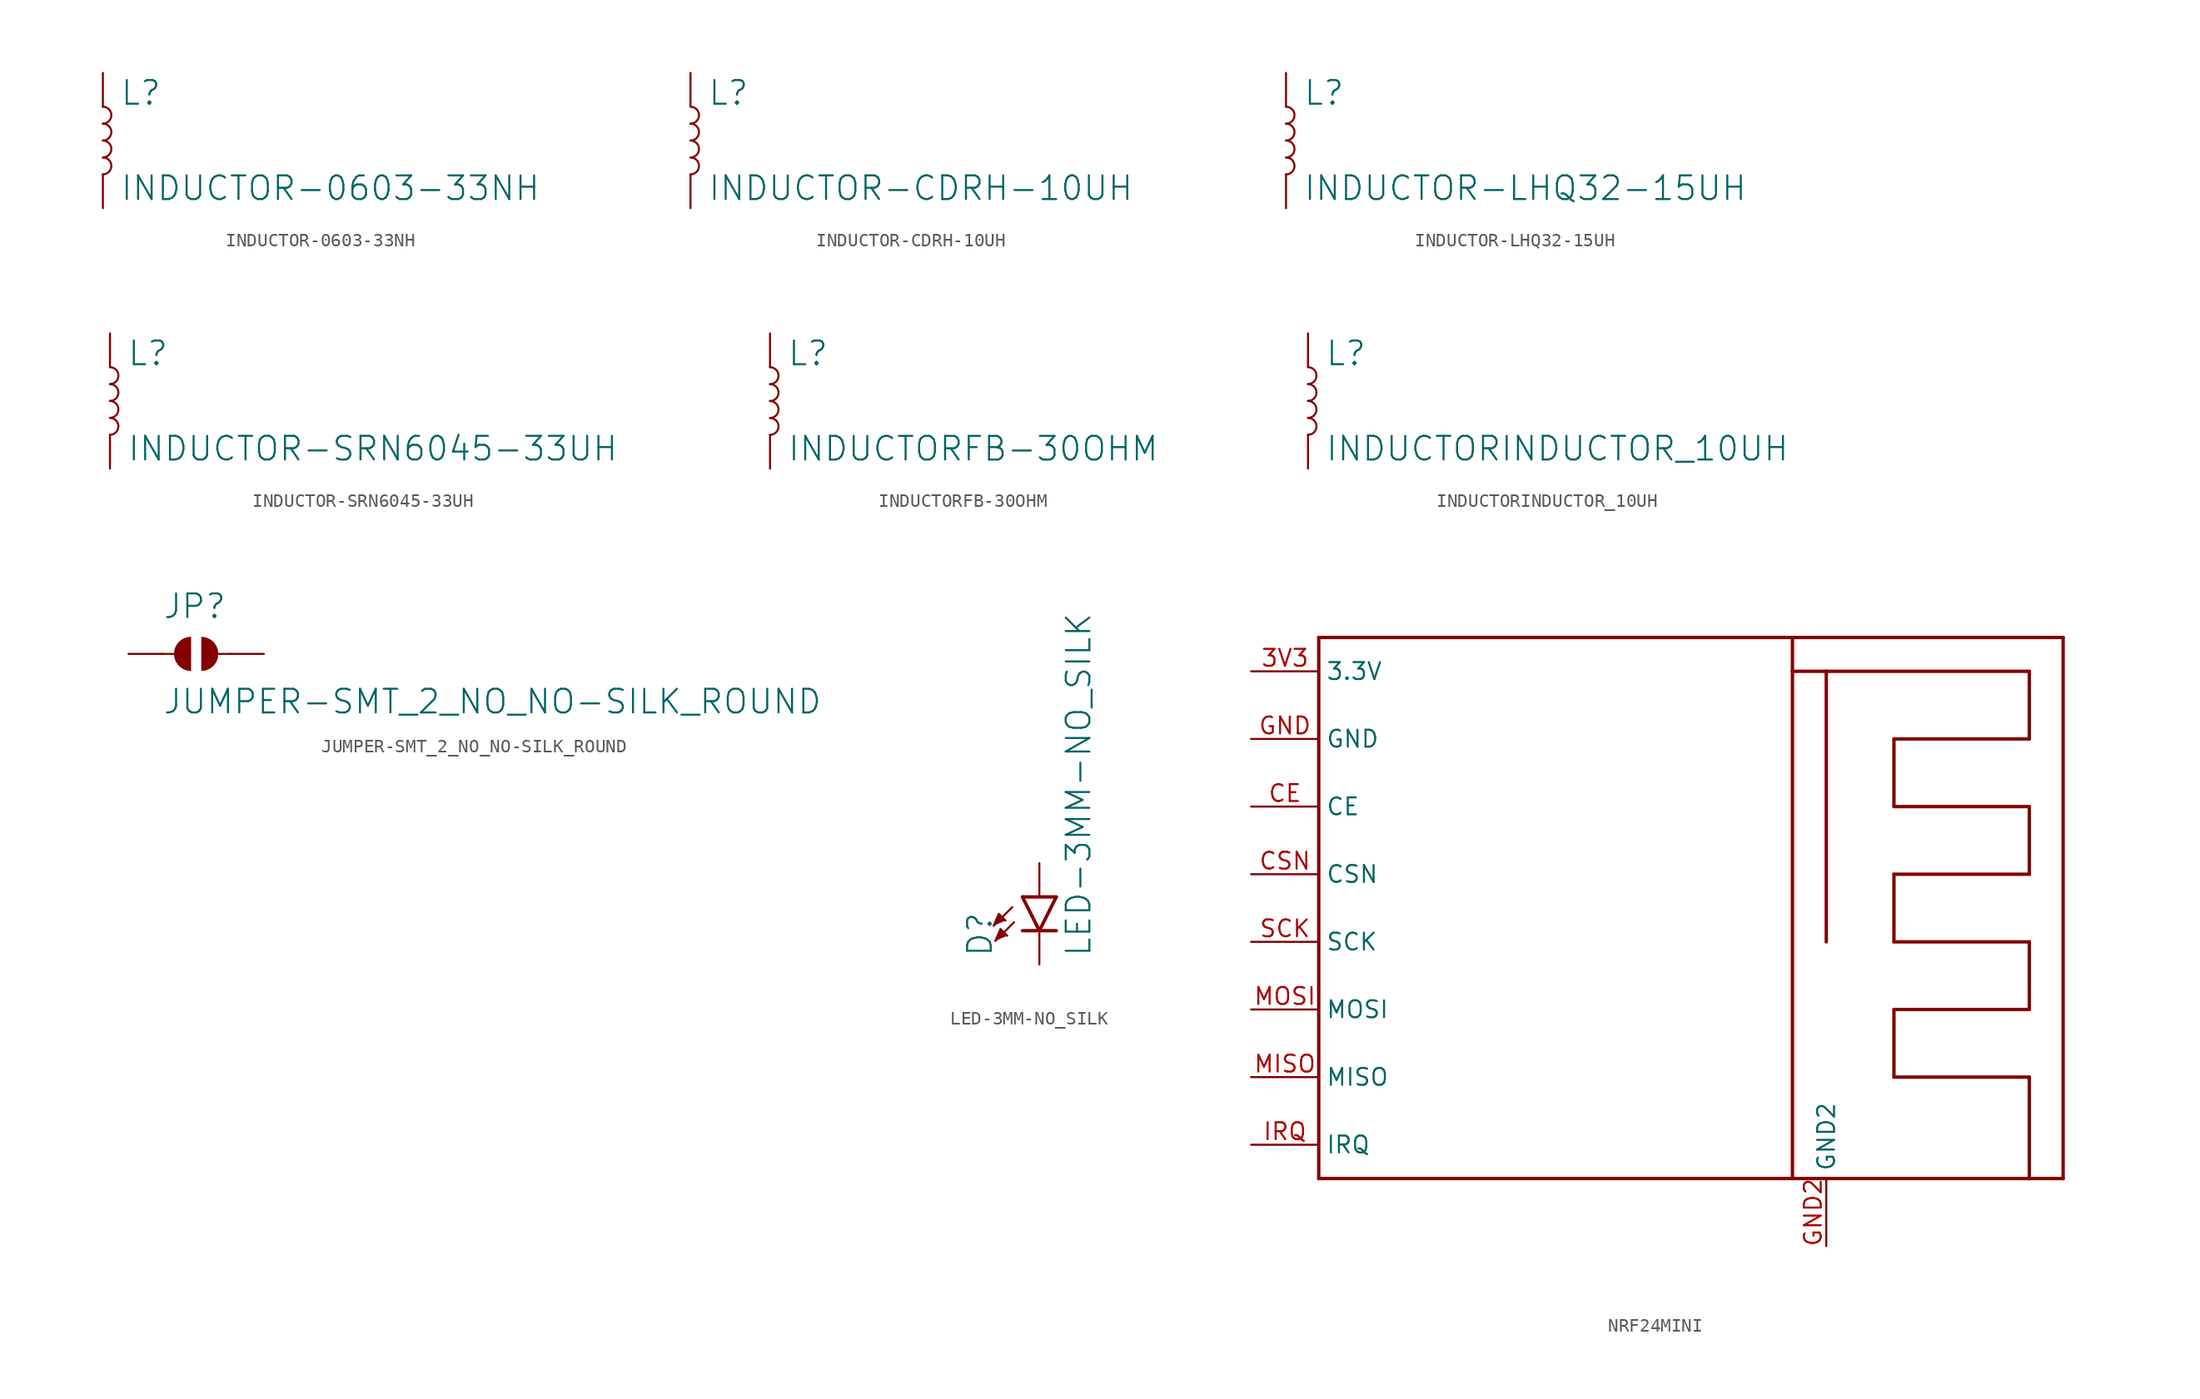
<source format=kicad_sym>
(kicad_symbol_lib
  (version 20211014)
  (generator kicad_symbol_editor)
  (symbol "INDUCTOR-0603-33NH"
    (property "Reference" "L"
      (at 1.27 2.54 0)
      (effects (font (size 1.778 1.778)) (justify left bottom)))
    (property "Value" "INDUCTOR-0603-33NH"
      (at 1.27 -2.54 0)
      (effects (font (size 1.778 1.778)) (justify left top)))
    (property "ki_locked" ""
      (at 0 0 0)
      (effects (font (size 1.27 1.27))))
    (symbol "INDUCTOR-0603-33NH_1_0"
      (arc (start 0 -2.54) (mid 0.635 -1.905) (end 0 -1.27) (stroke (width 0.1524) (type default) (color 0 0 0 0)) (fill (type none)))
      (arc (start 0 -1.27) (mid 0.635 -0.635) (end 0 0) (stroke (width 0.1524) (type default) (color 0 0 0 0)) (fill (type none)))
      (arc (start 0 0) (mid 0.635 0.635) (end 0 1.27) (stroke (width 0.1524) (type default) (color 0 0 0 0)) (fill (type none)))
      (arc (start 0 1.27) (mid 0.635 1.905) (end 0 2.54) (stroke (width 0.1524) (type default) (color 0 0 0 0)) (fill (type none)))
      (pin passive line (at 0 5.08 270) (length 2.54) (name "1" (effects (font (size 0 0)))) (number "1" (effects (font (size 0 0)))))
      (pin passive line (at 0 -5.08 90) (length 2.54) (name "2" (effects (font (size 0 0)))) (number "2" (effects (font (size 0 0)))))))
  (symbol "INDUCTOR-CDRH-10UH"
    (property "Reference" "L"
      (at 1.27 2.54 0)
      (effects (font (size 1.778 1.778)) (justify left bottom)))
    (property "Value" "INDUCTOR-CDRH-10UH"
      (at 1.27 -2.54 0)
      (effects (font (size 1.778 1.778)) (justify left top)))
    (property "ki_locked" ""
      (at 0 0 0)
      (effects (font (size 1.27 1.27))))
    (symbol "INDUCTOR-CDRH-10UH_1_0"
      (arc (start 0 -2.54) (mid 0.635 -1.905) (end 0 -1.27) (stroke (width 0.1524) (type default) (color 0 0 0 0)) (fill (type none)))
      (arc (start 0 -1.27) (mid 0.635 -0.635) (end 0 0) (stroke (width 0.1524) (type default) (color 0 0 0 0)) (fill (type none)))
      (arc (start 0 0) (mid 0.635 0.635) (end 0 1.27) (stroke (width 0.1524) (type default) (color 0 0 0 0)) (fill (type none)))
      (arc (start 0 1.27) (mid 0.635 1.905) (end 0 2.54) (stroke (width 0.1524) (type default) (color 0 0 0 0)) (fill (type none)))
      (pin passive line (at 0 5.08 270) (length 2.54) (name "1" (effects (font (size 0 0)))) (number "P$1" (effects (font (size 0 0)))))
      (pin passive line (at 0 -5.08 90) (length 2.54) (name "2" (effects (font (size 0 0)))) (number "P$2" (effects (font (size 0 0)))))))
  (symbol "INDUCTOR-LHQ32-15UH"
    (property "Reference" "L"
      (at 1.27 2.54 0)
      (effects (font (size 1.778 1.778)) (justify left bottom)))
    (property "Value" "INDUCTOR-LHQ32-15UH"
      (at 1.27 -2.54 0)
      (effects (font (size 1.778 1.778)) (justify left top)))
    (property "ki_locked" ""
      (at 0 0 0)
      (effects (font (size 1.27 1.27))))
    (symbol "INDUCTOR-LHQ32-15UH_1_0"
      (arc (start 0 -2.54) (mid 0.635 -1.905) (end 0 -1.27) (stroke (width 0.1524) (type default) (color 0 0 0 0)) (fill (type none)))
      (arc (start 0 -1.27) (mid 0.635 -0.635) (end 0 0) (stroke (width 0.1524) (type default) (color 0 0 0 0)) (fill (type none)))
      (arc (start 0 0) (mid 0.635 0.635) (end 0 1.27) (stroke (width 0.1524) (type default) (color 0 0 0 0)) (fill (type none)))
      (arc (start 0 1.27) (mid 0.635 1.905) (end 0 2.54) (stroke (width 0.1524) (type default) (color 0 0 0 0)) (fill (type none)))
      (pin passive line (at 0 5.08 270) (length 2.54) (name "1" (effects (font (size 0 0)))) (number "P$1" (effects (font (size 0 0)))))
      (pin passive line (at 0 -5.08 90) (length 2.54) (name "2" (effects (font (size 0 0)))) (number "P$2" (effects (font (size 0 0)))))))
  (symbol "INDUCTOR-SRN6045-33UH"
    (property "Reference" "L"
      (at 1.27 2.54 0)
      (effects (font (size 1.778 1.778)) (justify left bottom)))
    (property "Value" "INDUCTOR-SRN6045-33UH"
      (at 1.27 -2.54 0)
      (effects (font (size 1.778 1.778)) (justify left top)))
    (property "ki_locked" ""
      (at 0 0 0)
      (effects (font (size 1.27 1.27))))
    (symbol "INDUCTOR-SRN6045-33UH_1_0"
      (arc (start 0 -2.54) (mid 0.635 -1.905) (end 0 -1.27) (stroke (width 0.1524) (type default) (color 0 0 0 0)) (fill (type none)))
      (arc (start 0 -1.27) (mid 0.635 -0.635) (end 0 0) (stroke (width 0.1524) (type default) (color 0 0 0 0)) (fill (type none)))
      (arc (start 0 0) (mid 0.635 0.635) (end 0 1.27) (stroke (width 0.1524) (type default) (color 0 0 0 0)) (fill (type none)))
      (arc (start 0 1.27) (mid 0.635 1.905) (end 0 2.54) (stroke (width 0.1524) (type default) (color 0 0 0 0)) (fill (type none)))
      (pin passive line (at 0 5.08 270) (length 2.54) (name "1" (effects (font (size 0 0)))) (number "1" (effects (font (size 0 0)))))
      (pin passive line (at 0 -5.08 90) (length 2.54) (name "2" (effects (font (size 0 0)))) (number "2" (effects (font (size 0 0)))))))
  (symbol "INDUCTORFB-30OHM"
    (property "Reference" "L"
      (at 1.27 2.54 0)
      (effects (font (size 1.778 1.778)) (justify left bottom)))
    (property "Value" "INDUCTORFB-30OHM"
      (at 1.27 -2.54 0)
      (effects (font (size 1.778 1.778)) (justify left top)))
    (property "ki_locked" ""
      (at 0 0 0)
      (effects (font (size 1.27 1.27))))
    (symbol "INDUCTORFB-30OHM_1_0"
      (arc (start 0 -2.54) (mid 0.635 -1.905) (end 0 -1.27) (stroke (width 0.1524) (type default) (color 0 0 0 0)) (fill (type none)))
      (arc (start 0 -1.27) (mid 0.635 -0.635) (end 0 0) (stroke (width 0.1524) (type default) (color 0 0 0 0)) (fill (type none)))
      (arc (start 0 0) (mid 0.635 0.635) (end 0 1.27) (stroke (width 0.1524) (type default) (color 0 0 0 0)) (fill (type none)))
      (arc (start 0 1.27) (mid 0.635 1.905) (end 0 2.54) (stroke (width 0.1524) (type default) (color 0 0 0 0)) (fill (type none)))
      (pin passive line (at 0 5.08 270) (length 2.54) (name "1" (effects (font (size 0 0)))) (number "1" (effects (font (size 0 0)))))
      (pin passive line (at 0 -5.08 90) (length 2.54) (name "2" (effects (font (size 0 0)))) (number "2" (effects (font (size 0 0)))))))
  (symbol "INDUCTORINDUCTOR_10UH"
    (property "Reference" "L"
      (at 1.27 2.54 0)
      (effects (font (size 1.778 1.778)) (justify left bottom)))
    (property "Value" "INDUCTORINDUCTOR_10UH"
      (at 1.27 -2.54 0)
      (effects (font (size 1.778 1.778)) (justify left top)))
    (property "ki_locked" ""
      (at 0 0 0)
      (effects (font (size 1.27 1.27))))
    (symbol "INDUCTORINDUCTOR_10UH_1_0"
      (arc (start 0 -2.54) (mid 0.635 -1.905) (end 0 -1.27) (stroke (width 0.1524) (type default) (color 0 0 0 0)) (fill (type none)))
      (arc (start 0 -1.27) (mid 0.635 -0.635) (end 0 0) (stroke (width 0.1524) (type default) (color 0 0 0 0)) (fill (type none)))
      (arc (start 0 0) (mid 0.635 0.635) (end 0 1.27) (stroke (width 0.1524) (type default) (color 0 0 0 0)) (fill (type none)))
      (arc (start 0 1.27) (mid 0.635 1.905) (end 0 2.54) (stroke (width 0.1524) (type default) (color 0 0 0 0)) (fill (type none)))
      (pin passive line (at 0 5.08 270) (length 2.54) (name "1" (effects (font (size 0 0)))) (number "P$1" (effects (font (size 0 0)))))
      (pin passive line (at 0 -5.08 90) (length 2.54) (name "2" (effects (font (size 0 0)))) (number "P$2" (effects (font (size 0 0)))))))
  (symbol "JUMPER-SMT_2_NO_NO-SILK_ROUND"
    (property "Reference" "JP"
      (at -2.54 2.54 0)
      (effects (font (size 1.778 1.778)) (justify left bottom)))
    (property "Value" "JUMPER-SMT_2_NO_NO-SILK_ROUND"
      (at -2.54 -2.54 0)
      (effects (font (size 1.778 1.778)) (justify left top)))
    (property "ki_locked" ""
      (at 0 0 0)
      (effects (font (size 1.27 1.27))))
    (symbol "JUMPER-SMT_2_NO_NO-SILK_ROUND_1_0"
      (arc (start -0.381 1.2699) (mid -1.6508 0) (end -0.381 -1.2699) (stroke (width 0.0001) (type default) (color 0 0 0 0)) (fill (type outline)))
      (polyline (pts (xy -2.54 0) (xy -1.651 0)) (stroke (width 0.152) (type default) (color 0 0 0 0)) (fill (type none)))
      (polyline (pts (xy 2.54 0) (xy 1.651 0)) (stroke (width 0.152) (type default) (color 0 0 0 0)) (fill (type none)))
      (arc (start 0.381 -1.2699) (mid 1.6508 0) (end 0.381 1.2699) (stroke (width 0.0001) (type default) (color 0 0 0 0)) (fill (type outline)))
      (pin passive line (at -5.08 0 0) (length 2.54) (name "1" (effects (font (size 0 0)))) (number "1" (effects (font (size 0 0)))))
      (pin passive line (at 5.08 0 180) (length 2.54) (name "2" (effects (font (size 0 0)))) (number "2" (effects (font (size 0 0)))))))
  (symbol "LED-3MM-NO_SILK"
    (property "Reference" "D"
      (at -3.429 -4.572 90)
      (effects (font (size 1.778 1.778)) (justify left bottom)))
    (property "Value" "LED-3MM-NO_SILK"
      (at 1.905 -4.572 90)
      (effects (font (size 1.778 1.778)) (justify left top)))
    (property "ki_locked" ""
      (at 0 0 0)
      (effects (font (size 1.27 1.27))))
    (symbol "LED-3MM-NO_SILK_1_0"
      (polyline (pts (xy -2.032 -0.762) (xy -3.429 -2.159)) (stroke (width 0.152) (type default) (color 0 0 0 0)) (fill (type none)))
      (polyline (pts (xy -1.905 -1.905) (xy -3.302 -3.302)) (stroke (width 0.152) (type default) (color 0 0 0 0)) (fill (type none)))
      (polyline (pts (xy 0 -2.54) (xy -1.27 -2.54)) (stroke (width 0.254) (type default) (color 0 0 0 0)) (fill (type none)))
      (polyline (pts (xy 0 -2.54) (xy -1.27 0)) (stroke (width 0.254) (type default) (color 0 0 0 0)) (fill (type none)))
      (polyline (pts (xy 1.27 -2.54) (xy 0 -2.54)) (stroke (width 0.254) (type default) (color 0 0 0 0)) (fill (type none)))
      (polyline (pts (xy 1.27 0) (xy -1.27 0)) (stroke (width 0.254) (type default) (color 0 0 0 0)) (fill (type none)))
      (polyline (pts (xy 1.27 0) (xy 0 -2.54)) (stroke (width 0.254) (type default) (color 0 0 0 0)) (fill (type none)))
      (polyline (pts (xy -3.429 -2.159) (xy -3.048 -1.27) (xy -2.54 -1.778)) (stroke (width 0) (type default) (color 0 0 0 0)) (fill (type outline)))
      (polyline (pts (xy -3.302 -3.302) (xy -2.921 -2.413) (xy -2.413 -2.921)) (stroke (width 0) (type default) (color 0 0 0 0)) (fill (type outline)))
      (pin passive line (at 0 2.54 270) (length 2.54) (name "A" (effects (font (size 0 0)))) (number "A" (effects (font (size 0 0)))))
      (pin passive line (at 0 -5.08 90) (length 2.54) (name "C" (effects (font (size 0 0)))) (number "K" (effects (font (size 0 0)))))))
  (symbol "NRF24MINI"
    (property "Reference" ""
      (at 0 0 0)
      (effects (font (size 1.27 1.27)) hide))
    (property "ki_locked" ""
      (at 0 0 0)
      (effects (font (size 1.27 1.27))))
    (symbol "NRF24MINI_1_0"
      (polyline (pts (xy -10.16 -17.78) (xy 25.4 -17.78)) (stroke (width 0.254) (type default) (color 0 0 0 0)) (fill (type none)))
      (polyline (pts (xy -10.16 22.86) (xy -10.16 -17.78)) (stroke (width 0.254) (type default) (color 0 0 0 0)) (fill (type none)))
      (polyline (pts (xy 25.4 -17.78) (xy 25.4 20.32)) (stroke (width 0.254) (type default) (color 0 0 0 0)) (fill (type none)))
      (polyline (pts (xy 25.4 20.32) (xy 25.4 22.86)) (stroke (width 0.254) (type default) (color 0 0 0 0)) (fill (type none)))
      (polyline (pts (xy 25.4 20.32) (xy 27.94 20.32)) (stroke (width 0.254) (type default) (color 0 0 0 0)) (fill (type none)))
      (polyline (pts (xy 25.4 22.86) (xy -10.16 22.86)) (stroke (width 0.254) (type default) (color 0 0 0 0)) (fill (type none)))
      (polyline (pts (xy 25.4 22.86) (xy 45.72 22.86)) (stroke (width 0.254) (type default) (color 0 0 0 0)) (fill (type none)))
      (polyline (pts (xy 27.94 20.32) (xy 27.94 0)) (stroke (width 0.254) (type default) (color 0 0 0 0)) (fill (type none)))
      (polyline (pts (xy 27.94 20.32) (xy 43.18 20.32)) (stroke (width 0.254) (type default) (color 0 0 0 0)) (fill (type none)))
      (polyline (pts (xy 33.02 -10.16) (xy 43.18 -10.16)) (stroke (width 0.254) (type default) (color 0 0 0 0)) (fill (type none)))
      (polyline (pts (xy 33.02 -5.08) (xy 33.02 -10.16)) (stroke (width 0.254) (type default) (color 0 0 0 0)) (fill (type none)))
      (polyline (pts (xy 33.02 0) (xy 43.18 0)) (stroke (width 0.254) (type default) (color 0 0 0 0)) (fill (type none)))
      (polyline (pts (xy 33.02 5.08) (xy 33.02 0)) (stroke (width 0.254) (type default) (color 0 0 0 0)) (fill (type none)))
      (polyline (pts (xy 33.02 10.16) (xy 43.18 10.16)) (stroke (width 0.254) (type default) (color 0 0 0 0)) (fill (type none)))
      (polyline (pts (xy 33.02 15.24) (xy 33.02 10.16)) (stroke (width 0.254) (type default) (color 0 0 0 0)) (fill (type none)))
      (polyline (pts (xy 43.18 -10.16) (xy 43.18 -17.78)) (stroke (width 0.254) (type default) (color 0 0 0 0)) (fill (type none)))
      (polyline (pts (xy 43.18 -5.08) (xy 33.02 -5.08)) (stroke (width 0.254) (type default) (color 0 0 0 0)) (fill (type none)))
      (polyline (pts (xy 43.18 0) (xy 43.18 -5.08)) (stroke (width 0.254) (type default) (color 0 0 0 0)) (fill (type none)))
      (polyline (pts (xy 43.18 5.08) (xy 33.02 5.08)) (stroke (width 0.254) (type default) (color 0 0 0 0)) (fill (type none)))
      (polyline (pts (xy 43.18 10.16) (xy 43.18 5.08)) (stroke (width 0.254) (type default) (color 0 0 0 0)) (fill (type none)))
      (polyline (pts (xy 43.18 15.24) (xy 33.02 15.24)) (stroke (width 0.254) (type default) (color 0 0 0 0)) (fill (type none)))
      (polyline (pts (xy 43.18 20.32) (xy 43.18 15.24)) (stroke (width 0.254) (type default) (color 0 0 0 0)) (fill (type none)))
      (polyline (pts (xy 45.72 -17.78) (xy 25.4 -17.78)) (stroke (width 0.254) (type default) (color 0 0 0 0)) (fill (type none)))
      (polyline (pts (xy 45.72 22.86) (xy 45.72 -17.78)) (stroke (width 0.254) (type default) (color 0 0 0 0)) (fill (type none)))
      (pin bidirectional line (at -15.24 20.32 0) (length 5.08) (name "3.3V" (effects (font (size 1.27 1.27)))) (number "3V3" (effects (font (size 1.27 1.27)))))
      (pin bidirectional line (at -15.24 10.16 0) (length 5.08) (name "CE" (effects (font (size 1.27 1.27)))) (number "CE" (effects (font (size 1.27 1.27)))))
      (pin bidirectional line (at -15.24 5.08 0) (length 5.08) (name "CSN" (effects (font (size 1.27 1.27)))) (number "CSN" (effects (font (size 1.27 1.27)))))
      (pin bidirectional line (at -15.24 15.24 0) (length 5.08) (name "GND" (effects (font (size 1.27 1.27)))) (number "GND" (effects (font (size 1.27 1.27)))))
      (pin bidirectional line (at 27.94 -22.86 90) (length 5.08) (name "GND2" (effects (font (size 1.27 1.27)))) (number "GND2" (effects (font (size 1.27 1.27)))))
      (pin bidirectional line (at -15.24 -15.24 0) (length 5.08) (name "IRQ" (effects (font (size 1.27 1.27)))) (number "IRQ" (effects (font (size 1.27 1.27)))))
      (pin bidirectional line (at -15.24 -10.16 0) (length 5.08) (name "MISO" (effects (font (size 1.27 1.27)))) (number "MISO" (effects (font (size 1.27 1.27)))))
      (pin bidirectional line (at -15.24 -5.08 0) (length 5.08) (name "MOSI" (effects (font (size 1.27 1.27)))) (number "MOSI" (effects (font (size 1.27 1.27)))))
      (pin bidirectional line (at -15.24 0 0) (length 5.08) (name "SCK" (effects (font (size 1.27 1.27)))) (number "SCK" (effects (font (size 1.27 1.27))))))))
</source>
